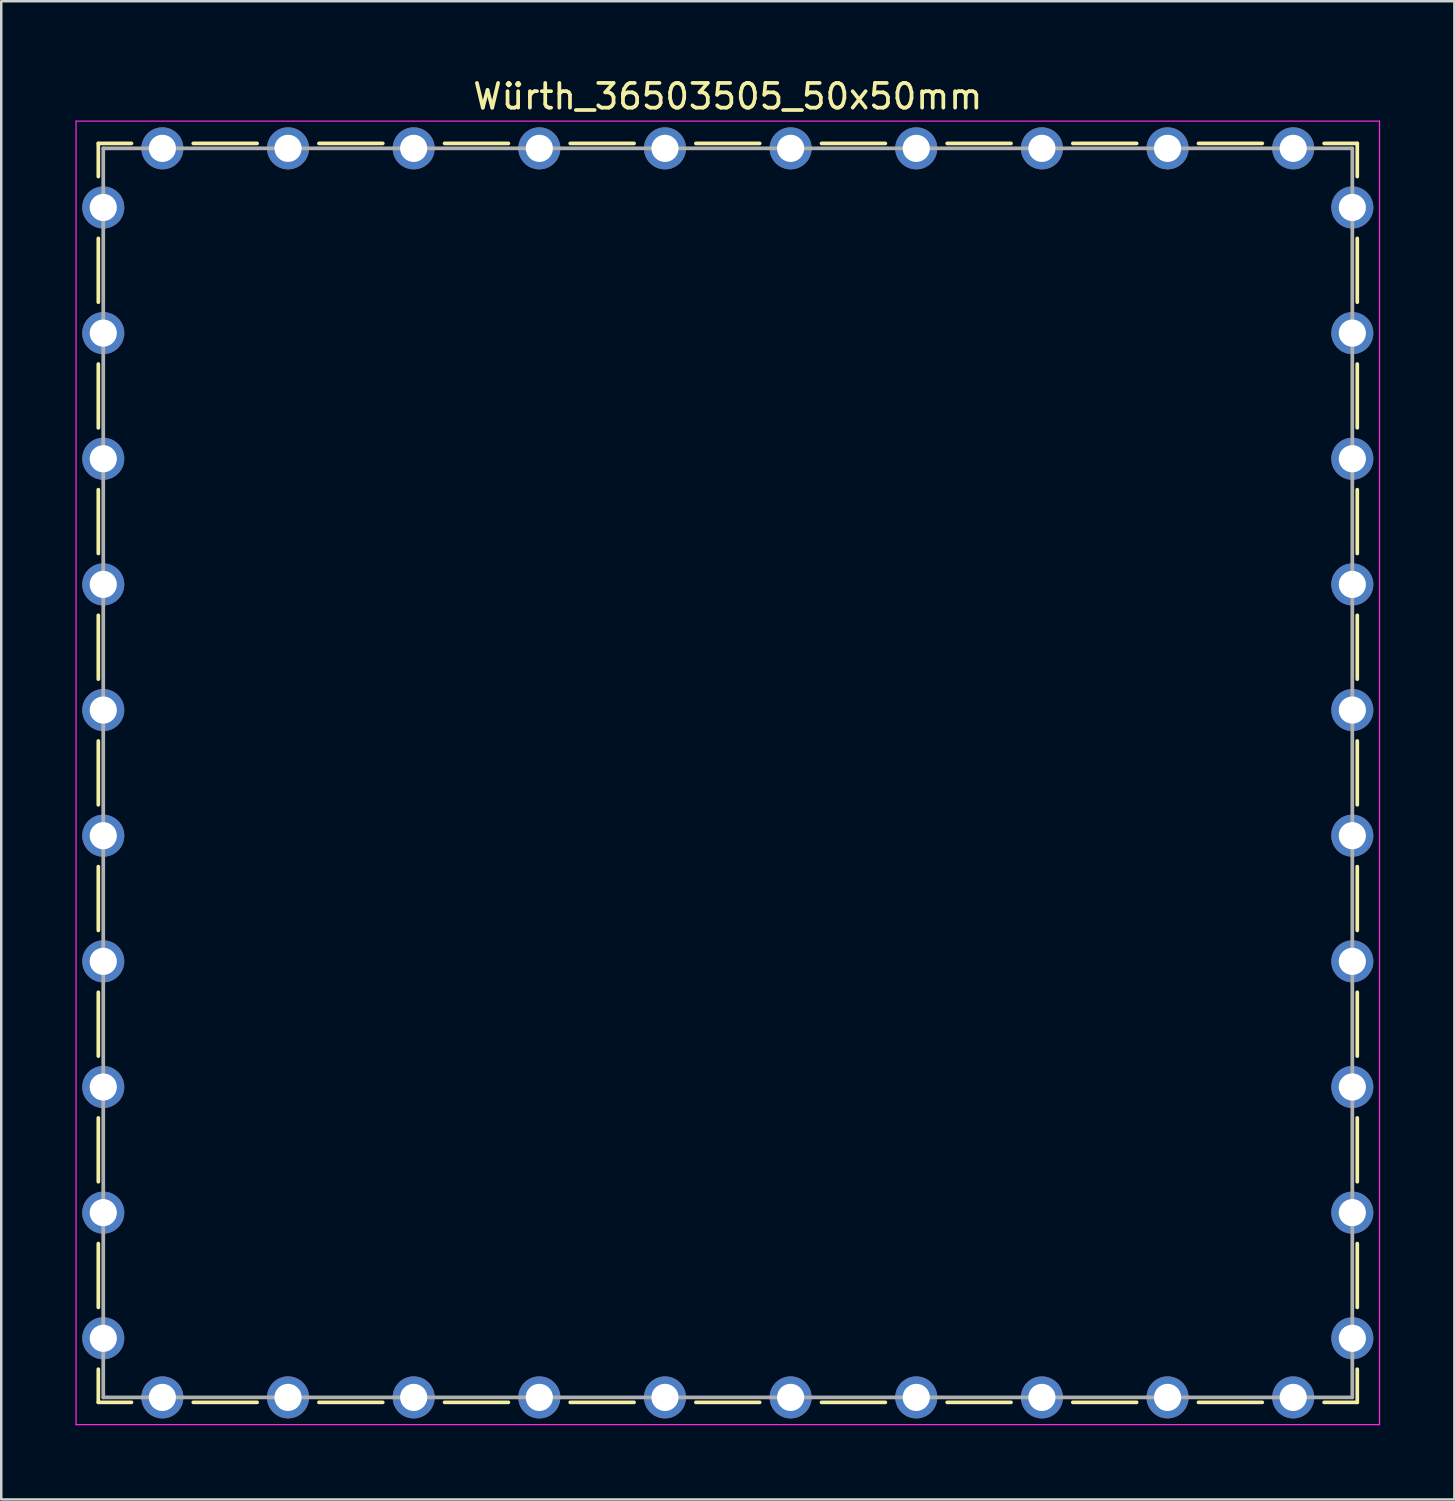
<source format=kicad_pcb>
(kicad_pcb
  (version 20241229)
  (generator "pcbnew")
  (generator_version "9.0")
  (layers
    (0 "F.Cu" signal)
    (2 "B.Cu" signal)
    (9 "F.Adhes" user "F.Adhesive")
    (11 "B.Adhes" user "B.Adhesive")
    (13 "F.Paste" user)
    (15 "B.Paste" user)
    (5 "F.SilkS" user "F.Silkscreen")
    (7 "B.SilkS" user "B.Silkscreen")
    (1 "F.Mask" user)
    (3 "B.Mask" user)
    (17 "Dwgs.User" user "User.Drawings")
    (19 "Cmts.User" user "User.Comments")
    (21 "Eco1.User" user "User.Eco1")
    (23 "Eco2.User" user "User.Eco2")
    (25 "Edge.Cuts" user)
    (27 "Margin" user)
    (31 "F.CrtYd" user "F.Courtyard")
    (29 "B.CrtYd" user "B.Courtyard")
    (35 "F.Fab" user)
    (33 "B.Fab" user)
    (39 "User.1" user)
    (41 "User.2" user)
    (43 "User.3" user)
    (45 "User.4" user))
  (footprint "Würth_36503505_50x50mm"
    (layer "F.Cu")
    (at 26.375 28.198)
    (property "Reference" "Würth_36503505_50x50mm" (at 0 -27.35 0) (layer "F.SilkS") (effects (font (size 1 1) (thickness 0.15))))
    (attr through_hole)
    (fp_line (start -25.45 -24.11) (end -25.45 -25.45) (stroke (width 0.15) (type solid)) (layer "F.SilkS"))
    (fp_line (start -25.45 -19.03) (end -25.45 -21.61) (stroke (width 0.15) (type solid)) (layer "F.SilkS"))
    (fp_line (start -25.45 -13.95) (end -25.45 -16.53) (stroke (width 0.15) (type solid)) (layer "F.SilkS"))
    (fp_line (start -25.45 -8.87) (end -25.45 -11.45) (stroke (width 0.15) (type solid)) (layer "F.SilkS"))
    (fp_line (start -25.45 -3.79) (end -25.45 -6.37) (stroke (width 0.15) (type solid)) (layer "F.SilkS"))
    (fp_line (start -25.45 -1.29) (end -25.45 1.29) (stroke (width 0.15) (type solid)) (layer "F.SilkS"))
    (fp_line (start -25.45 3.79) (end -25.45 6.37) (stroke (width 0.15) (type solid)) (layer "F.SilkS"))
    (fp_line (start -25.45 8.87) (end -25.45 11.45) (stroke (width 0.15) (type solid)) (layer "F.SilkS"))
    (fp_line (start -25.45 13.95) (end -25.45 16.53) (stroke (width 0.15) (type solid)) (layer "F.SilkS"))
    (fp_line (start -25.45 19.03) (end -25.45 21.61) (stroke (width 0.15) (type solid)) (layer "F.SilkS"))
    (fp_line (start -25.45 24.11) (end -25.45 25.45) (stroke (width 0.15) (type solid)) (layer "F.SilkS"))
    (fp_line (start -24.11 -25.45) (end -25.45 -25.45) (stroke (width 0.15) (type solid)) (layer "F.SilkS"))
    (fp_line (start -24.11 25.45) (end -25.45 25.45) (stroke (width 0.15) (type solid)) (layer "F.SilkS"))
    (fp_line (start -19.03 -25.45) (end -21.61 -25.45) (stroke (width 0.15) (type solid)) (layer "F.SilkS"))
    (fp_line (start -19.03 25.45) (end -21.61 25.45) (stroke (width 0.15) (type solid)) (layer "F.SilkS"))
    (fp_line (start -13.95 -25.45) (end -16.53 -25.45) (stroke (width 0.15) (type solid)) (layer "F.SilkS"))
    (fp_line (start -13.95 25.45) (end -16.53 25.45) (stroke (width 0.15) (type solid)) (layer "F.SilkS"))
    (fp_line (start -8.87 -25.45) (end -11.45 -25.45) (stroke (width 0.15) (type solid)) (layer "F.SilkS"))
    (fp_line (start -8.87 25.45) (end -11.45 25.45) (stroke (width 0.15) (type solid)) (layer "F.SilkS"))
    (fp_line (start -3.79 -25.45) (end -6.37 -25.45) (stroke (width 0.15) (type solid)) (layer "F.SilkS"))
    (fp_line (start -3.79 25.45) (end -6.37 25.45) (stroke (width 0.15) (type solid)) (layer "F.SilkS"))
    (fp_line (start 1.29 -25.45) (end -1.29 -25.45) (stroke (width 0.15) (type solid)) (layer "F.SilkS"))
    (fp_line (start 1.29 25.45) (end -1.29 25.45) (stroke (width 0.15) (type solid)) (layer "F.SilkS"))
    (fp_line (start 3.79 -25.45) (end 6.37 -25.45) (stroke (width 0.15) (type solid)) (layer "F.SilkS"))
    (fp_line (start 3.79 25.45) (end 6.37 25.45) (stroke (width 0.15) (type solid)) (layer "F.SilkS"))
    (fp_line (start 8.87 -25.45) (end 11.45 -25.45) (stroke (width 0.15) (type solid)) (layer "F.SilkS"))
    (fp_line (start 8.87 25.45) (end 11.45 25.45) (stroke (width 0.15) (type solid)) (layer "F.SilkS"))
    (fp_line (start 13.95 -25.45) (end 16.53 -25.45) (stroke (width 0.15) (type solid)) (layer "F.SilkS"))
    (fp_line (start 13.95 25.45) (end 16.53 25.45) (stroke (width 0.15) (type solid)) (layer "F.SilkS"))
    (fp_line (start 19.03 -25.45) (end 21.61 -25.45) (stroke (width 0.15) (type solid)) (layer "F.SilkS"))
    (fp_line (start 19.03 25.45) (end 21.61 25.45) (stroke (width 0.15) (type solid)) (layer "F.SilkS"))
    (fp_line (start 24.11 -25.45) (end 25.45 -25.45) (stroke (width 0.15) (type solid)) (layer "F.SilkS"))
    (fp_line (start 24.11 25.45) (end 25.45 25.45) (stroke (width 0.15) (type solid)) (layer "F.SilkS"))
    (fp_line (start 25.45 -24.11) (end 25.45 -25.45) (stroke (width 0.15) (type solid)) (layer "F.SilkS"))
    (fp_line (start 25.45 -19.03) (end 25.45 -21.61) (stroke (width 0.15) (type solid)) (layer "F.SilkS"))
    (fp_line (start 25.45 -13.95) (end 25.45 -16.53) (stroke (width 0.15) (type solid)) (layer "F.SilkS"))
    (fp_line (start 25.45 -8.87) (end 25.45 -11.45) (stroke (width 0.15) (type solid)) (layer "F.SilkS"))
    (fp_line (start 25.45 -3.79) (end 25.45 -6.37) (stroke (width 0.15) (type solid)) (layer "F.SilkS"))
    (fp_line (start 25.45 1.29) (end 25.45 -1.29) (stroke (width 0.15) (type solid)) (layer "F.SilkS"))
    (fp_line (start 25.45 3.79) (end 25.45 6.37) (stroke (width 0.15) (type solid)) (layer "F.SilkS"))
    (fp_line (start 25.45 8.87) (end 25.45 11.45) (stroke (width 0.15) (type solid)) (layer "F.SilkS"))
    (fp_line (start 25.45 13.95) (end 25.45 16.53) (stroke (width 0.15) (type solid)) (layer "F.SilkS"))
    (fp_line (start 25.45 19.03) (end 25.45 21.61) (stroke (width 0.15) (type solid)) (layer "F.SilkS"))
    (fp_line (start 25.45 24.11) (end 25.45 25.45) (stroke (width 0.15) (type solid)) (layer "F.SilkS"))
    (fp_line (start -26.35 -26.35) (end -26.35 26.35) (stroke (width 0.05) (type solid)) (layer "F.CrtYd"))
    (fp_line (start -26.35 26.35) (end 26.35 26.35) (stroke (width 0.05) (type solid)) (layer "F.CrtYd"))
    (fp_line (start 26.35 -26.35) (end -26.35 -26.35) (stroke (width 0.05) (type solid)) (layer "F.CrtYd"))
    (fp_line (start 26.35 26.35) (end 26.35 -26.35) (stroke (width 0.05) (type solid)) (layer "F.CrtYd"))
    (fp_line (start -25.25 -25.25) (end -25.25 25.25) (stroke (width 0.15) (type solid)) (layer "F.Fab"))
    (fp_line (start -25.25 25.25) (end 25.25 25.25) (stroke (width 0.15) (type solid)) (layer "F.Fab"))
    (fp_line (start 25.25 -25.25) (end -25.25 -25.25) (stroke (width 0.15) (type solid)) (layer "F.Fab"))
    (fp_line (start 25.25 25.25) (end 25.25 -25.25) (stroke (width 0.15) (type solid)) (layer "F.Fab"))
    (pad "1" thru_hole circle (at -25.25 -22.86) (size 1.7 1.7) (drill 1.1) (layers "*.Cu" "*.Mask"))
    (pad "1" thru_hole circle (at -25.25 -17.78) (size 1.7 1.7) (drill 1.1) (layers "*.Cu" "*.Mask"))
    (pad "1" thru_hole circle (at -25.25 -12.7) (size 1.7 1.7) (drill 1.1) (layers "*.Cu" "*.Mask"))
    (pad "1" thru_hole circle (at -25.25 -7.62) (size 1.7 1.7) (drill 1.1) (layers "*.Cu" "*.Mask"))
    (pad "1" thru_hole circle (at -25.25 -2.54) (size 1.7 1.7) (drill 1.1) (layers "*.Cu" "*.Mask"))
    (pad "1" thru_hole circle (at -25.25 2.54) (size 1.7 1.7) (drill 1.1) (layers "*.Cu" "*.Mask"))
    (pad "1" thru_hole circle (at -25.25 7.62) (size 1.7 1.7) (drill 1.1) (layers "*.Cu" "*.Mask"))
    (pad "1" thru_hole circle (at -25.25 12.7) (size 1.7 1.7) (drill 1.1) (layers "*.Cu" "*.Mask"))
    (pad "1" thru_hole circle (at -25.25 17.78) (size 1.7 1.7) (drill 1.1) (layers "*.Cu" "*.Mask"))
    (pad "1" thru_hole circle (at -25.25 22.86) (size 1.7 1.7) (drill 1.1) (layers "*.Cu" "*.Mask"))
    (pad "1" thru_hole circle (at -22.86 -25.25) (size 1.7 1.7) (drill 1.1) (layers "*.Cu" "*.Mask"))
    (pad "1" thru_hole circle (at -22.86 25.25) (size 1.7 1.7) (drill 1.1) (layers "*.Cu" "*.Mask"))
    (pad "1" thru_hole circle (at -17.78 -25.25) (size 1.7 1.7) (drill 1.1) (layers "*.Cu" "*.Mask"))
    (pad "1" thru_hole circle (at -17.78 25.25) (size 1.7 1.7) (drill 1.1) (layers "*.Cu" "*.Mask"))
    (pad "1" thru_hole circle (at -12.7 -25.25) (size 1.7 1.7) (drill 1.1) (layers "*.Cu" "*.Mask"))
    (pad "1" thru_hole circle (at -12.7 25.25) (size 1.7 1.7) (drill 1.1) (layers "*.Cu" "*.Mask"))
    (pad "1" thru_hole circle (at -7.62 -25.25) (size 1.7 1.7) (drill 1.1) (layers "*.Cu" "*.Mask"))
    (pad "1" thru_hole circle (at -7.62 25.25) (size 1.7 1.7) (drill 1.1) (layers "*.Cu" "*.Mask"))
    (pad "1" thru_hole circle (at -2.54 -25.25) (size 1.7 1.7) (drill 1.1) (layers "*.Cu" "*.Mask"))
    (pad "1" thru_hole circle (at -2.54 25.25) (size 1.7 1.7) (drill 1.1) (layers "*.Cu" "*.Mask"))
    (pad "1" thru_hole circle (at 2.54 -25.25) (size 1.7 1.7) (drill 1.1) (layers "*.Cu" "*.Mask"))
    (pad "1" thru_hole circle (at 2.54 25.25) (size 1.7 1.7) (drill 1.1) (layers "*.Cu" "*.Mask"))
    (pad "1" thru_hole circle (at 7.62 -25.25) (size 1.7 1.7) (drill 1.1) (layers "*.Cu" "*.Mask"))
    (pad "1" thru_hole circle (at 7.62 25.25) (size 1.7 1.7) (drill 1.1) (layers "*.Cu" "*.Mask"))
    (pad "1" thru_hole circle (at 12.7 -25.25) (size 1.7 1.7) (drill 1.1) (layers "*.Cu" "*.Mask"))
    (pad "1" thru_hole circle (at 12.7 25.25) (size 1.7 1.7) (drill 1.1) (layers "*.Cu" "*.Mask"))
    (pad "1" thru_hole circle (at 17.78 -25.25) (size 1.7 1.7) (drill 1.1) (layers "*.Cu" "*.Mask"))
    (pad "1" thru_hole circle (at 17.78 25.25) (size 1.7 1.7) (drill 1.1) (layers "*.Cu" "*.Mask"))
    (pad "1" thru_hole circle (at 22.86 -25.25) (size 1.7 1.7) (drill 1.1) (layers "*.Cu" "*.Mask"))
    (pad "1" thru_hole circle (at 22.86 25.25) (size 1.7 1.7) (drill 1.1) (layers "*.Cu" "*.Mask"))
    (pad "1" thru_hole circle (at 25.25 -22.86) (size 1.7 1.7) (drill 1.1) (layers "*.Cu" "*.Mask"))
    (pad "1" thru_hole circle (at 25.25 -17.78) (size 1.7 1.7) (drill 1.1) (layers "*.Cu" "*.Mask"))
    (pad "1" thru_hole circle (at 25.25 -12.7) (size 1.7 1.7) (drill 1.1) (layers "*.Cu" "*.Mask"))
    (pad "1" thru_hole circle (at 25.25 -7.62) (size 1.7 1.7) (drill 1.1) (layers "*.Cu" "*.Mask"))
    (pad "1" thru_hole circle (at 25.25 -2.54) (size 1.7 1.7) (drill 1.1) (layers "*.Cu" "*.Mask"))
    (pad "1" thru_hole circle (at 25.25 2.54) (size 1.7 1.7) (drill 1.1) (layers "*.Cu" "*.Mask"))
    (pad "1" thru_hole circle (at 25.25 7.62) (size 1.7 1.7) (drill 1.1) (layers "*.Cu" "*.Mask"))
    (pad "1" thru_hole circle (at 25.25 12.7) (size 1.7 1.7) (drill 1.1) (layers "*.Cu" "*.Mask"))
    (pad "1" thru_hole circle (at 25.25 17.78) (size 1.7 1.7) (drill 1.1) (layers "*.Cu" "*.Mask"))
    (pad "1" thru_hole circle (at 25.25 22.86) (size 1.7 1.7) (drill 1.1) (layers "*.Cu" "*.Mask")))
  (gr_rect
    (start -3 -3)
    (end 55.75 57.573)
    (stroke (width 0.1) (type default))
    (fill no)
    (layer "Edge.Cuts")))
</source>
